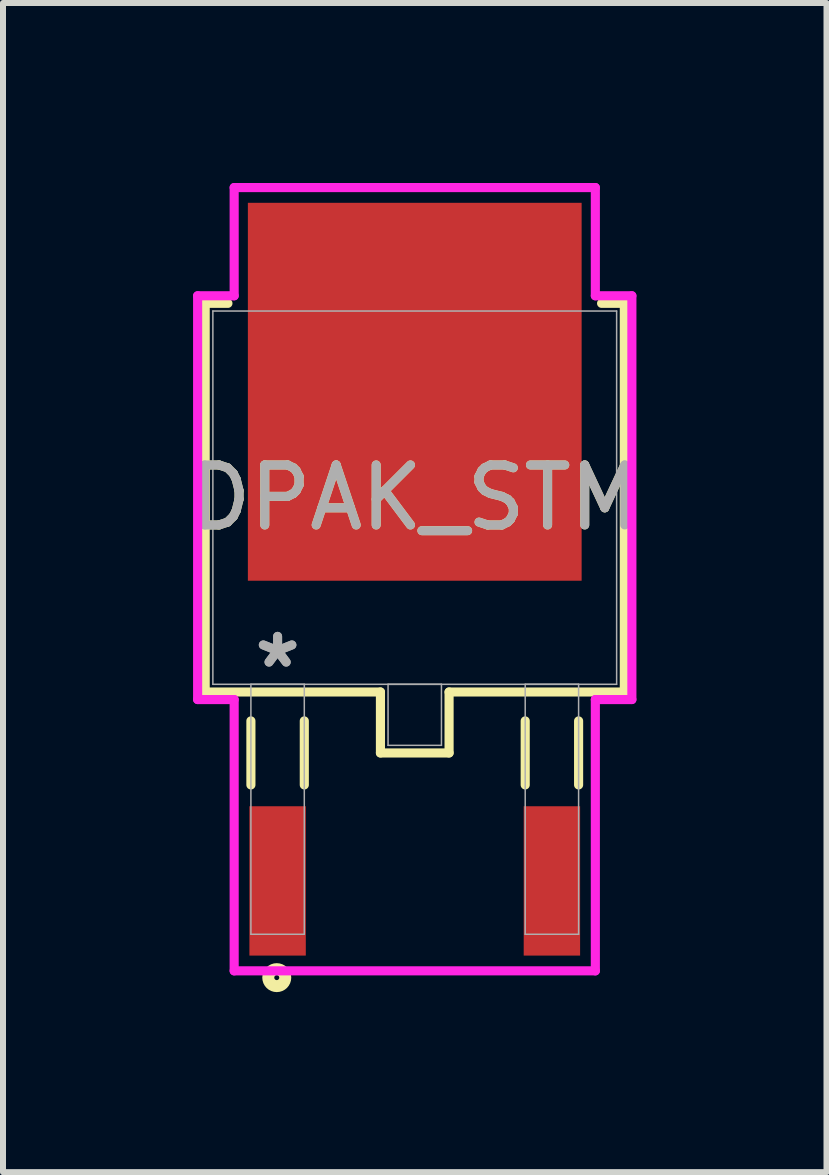
<source format=kicad_pcb>
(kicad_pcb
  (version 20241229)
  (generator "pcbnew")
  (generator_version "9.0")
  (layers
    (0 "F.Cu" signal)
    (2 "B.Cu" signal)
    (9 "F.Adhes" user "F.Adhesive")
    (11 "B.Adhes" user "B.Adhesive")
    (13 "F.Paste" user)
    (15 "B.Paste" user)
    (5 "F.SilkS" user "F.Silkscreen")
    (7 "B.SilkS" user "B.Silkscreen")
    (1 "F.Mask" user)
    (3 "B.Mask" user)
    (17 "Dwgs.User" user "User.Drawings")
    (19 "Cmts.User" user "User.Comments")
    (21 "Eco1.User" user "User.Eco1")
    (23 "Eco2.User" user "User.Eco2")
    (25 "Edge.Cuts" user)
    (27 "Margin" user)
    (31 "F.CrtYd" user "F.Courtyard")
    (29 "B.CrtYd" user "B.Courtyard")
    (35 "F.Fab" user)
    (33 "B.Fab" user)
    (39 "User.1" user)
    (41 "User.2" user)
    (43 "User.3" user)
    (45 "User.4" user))
  (footprint "DPAK_STM"
    (layer "F.Cu")
    (at 3.863 5.245)
    (property "Reference" "DPAK_STM" (at 0 0 0) (unlocked yes) (layer "F.SilkS") (effects (font (size 1 1) (thickness 0.15))))
    (attr smd)
    (fp_line (start -3.493 -3.239) (end -3.493 3.239) (stroke (width 0.152) (type solid)) (layer "F.SilkS"))
    (fp_line (start -3.493 3.239) (end -0.572 3.239) (stroke (width 0.152) (type solid)) (layer "F.SilkS"))
    (fp_line (start -3.114 -3.239) (end -3.493 -3.239) (stroke (width 0.152) (type solid)) (layer "F.SilkS"))
    (fp_line (start -2.731 3.721) (end -2.731 4.788) (stroke (width 0.152) (type solid)) (layer "F.SilkS"))
    (fp_line (start -1.841 3.721) (end -1.841 4.788) (stroke (width 0.152) (type solid)) (layer "F.SilkS"))
    (fp_line (start -0.572 3.239) (end -0.572 4.255) (stroke (width 0.152) (type solid)) (layer "F.SilkS"))
    (fp_line (start -0.572 4.255) (end 0.572 4.255) (stroke (width 0.152) (type solid)) (layer "F.SilkS"))
    (fp_line (start 0.572 3.239) (end 3.493 3.239) (stroke (width 0.152) (type solid)) (layer "F.SilkS"))
    (fp_line (start 0.572 4.255) (end 0.572 3.239) (stroke (width 0.152) (type solid)) (layer "F.SilkS"))
    (fp_line (start 1.841 3.721) (end 1.841 4.788) (stroke (width 0.152) (type solid)) (layer "F.SilkS"))
    (fp_line (start 2.731 3.721) (end 2.731 4.788) (stroke (width 0.152) (type solid)) (layer "F.SilkS"))
    (fp_line (start 3.493 -3.239) (end 3.114 -3.239) (stroke (width 0.152) (type solid)) (layer "F.SilkS"))
    (fp_line (start 3.493 3.239) (end 3.493 -3.239) (stroke (width 0.152) (type solid)) (layer "F.SilkS"))
    (fp_circle (center -2.3 8) (end -2.4 8.1) (stroke (width 0.2) (type solid)) (fill no) (layer "F.SilkS"))
    (fp_line (start -3.619 -3.365) (end -3.01 -3.365) (stroke (width 0.152) (type solid)) (layer "F.CrtYd"))
    (fp_line (start -3.619 3.365) (end -3.619 -3.365) (stroke (width 0.152) (type solid)) (layer "F.CrtYd"))
    (fp_line (start -3.01 -5.169) (end 3.01 -5.169) (stroke (width 0.152) (type solid)) (layer "F.CrtYd"))
    (fp_line (start -3.01 -3.365) (end -3.01 -5.169) (stroke (width 0.152) (type solid)) (layer "F.CrtYd"))
    (fp_line (start -3.01 3.365) (end -3.619 3.365) (stroke (width 0.152) (type solid)) (layer "F.CrtYd"))
    (fp_line (start -3.01 7.887) (end -3.01 3.365) (stroke (width 0.152) (type solid)) (layer "F.CrtYd"))
    (fp_line (start 3.01 -5.169) (end 3.01 -3.365) (stroke (width 0.152) (type solid)) (layer "F.CrtYd"))
    (fp_line (start 3.01 -3.365) (end 3.619 -3.365) (stroke (width 0.152) (type solid)) (layer "F.CrtYd"))
    (fp_line (start 3.01 3.365) (end 3.01 7.887) (stroke (width 0.152) (type solid)) (layer "F.CrtYd"))
    (fp_line (start 3.01 7.887) (end -3.01 7.887) (stroke (width 0.152) (type solid)) (layer "F.CrtYd"))
    (fp_line (start 3.619 -3.365) (end 3.619 3.365) (stroke (width 0.152) (type solid)) (layer "F.CrtYd"))
    (fp_line (start 3.619 3.365) (end 3.01 3.365) (stroke (width 0.152) (type solid)) (layer "F.CrtYd"))
    (fp_line (start -3.365 -3.111) (end -3.365 3.111) (stroke (width 0.025) (type solid)) (layer "F.Fab"))
    (fp_line (start -3.365 3.111) (end 3.365 3.111) (stroke (width 0.025) (type solid)) (layer "F.Fab"))
    (fp_line (start -2.731 3.111) (end -2.731 7.277) (stroke (width 0.025) (type solid)) (layer "F.Fab"))
    (fp_line (start -2.731 7.277) (end -1.841 7.277) (stroke (width 0.025) (type solid)) (layer "F.Fab"))
    (fp_line (start -1.841 3.111) (end -2.731 3.111) (stroke (width 0.025) (type solid)) (layer "F.Fab"))
    (fp_line (start -1.841 7.277) (end -1.841 3.111) (stroke (width 0.025) (type solid)) (layer "F.Fab"))
    (fp_line (start -0.445 3.111) (end -0.445 4.128) (stroke (width 0.025) (type solid)) (layer "F.Fab"))
    (fp_line (start -0.445 4.128) (end 0.445 4.128) (stroke (width 0.025) (type solid)) (layer "F.Fab"))
    (fp_line (start 0.445 3.111) (end -0.445 3.111) (stroke (width 0.025) (type solid)) (layer "F.Fab"))
    (fp_line (start 0.445 4.128) (end 0.445 3.111) (stroke (width 0.025) (type solid)) (layer "F.Fab"))
    (fp_line (start 1.841 3.111) (end 1.841 7.277) (stroke (width 0.025) (type solid)) (layer "F.Fab"))
    (fp_line (start 1.841 7.277) (end 2.731 7.277) (stroke (width 0.025) (type solid)) (layer "F.Fab"))
    (fp_line (start 2.731 3.111) (end 1.841 3.111) (stroke (width 0.025) (type solid)) (layer "F.Fab"))
    (fp_line (start 2.731 7.277) (end 2.731 3.111) (stroke (width 0.025) (type solid)) (layer "F.Fab"))
    (fp_line (start 3.365 -3.111) (end -3.365 -3.111) (stroke (width 0.025) (type solid)) (layer "F.Fab"))
    (fp_line (start 3.365 3.111) (end 3.365 -3.111) (stroke (width 0.025) (type solid)) (layer "F.Fab"))
    (fp_text user "*" (at -2.286 2.857 0) (unlocked yes) (layer "F.Fab") (effects (font (size 1 1) (thickness 0.15))))
    (fp_text user "${REFERENCE}" (at 0 0 0) (unlocked yes) (layer "F.Fab") (effects (font (size 1 1) (thickness 0.15))))
    (fp_text user "*" (at -2.286 2.857 0) (layer "F.Fab") (effects (font (size 1 1) (thickness 0.15))))
    (pad "1" smd rect (at -2.286 6.388) (size 0.94 2.489) (layers "F.Cu" "F.Mask" "F.Paste"))
    (pad "2" smd rect (at 2.286 6.388) (size 0.94 2.489) (layers "F.Cu" "F.Mask" "F.Paste"))
    (pad "3" smd rect (at 0 -1.765) (size 5.563 6.299) (layers "F.Cu" "F.Mask" "F.Paste")))
  (gr_rect
    (start -3 -3)
    (end 10.726 16.487)
    (stroke (width 0.1) (type default))
    (fill no)
    (layer "Edge.Cuts")))
</source>
